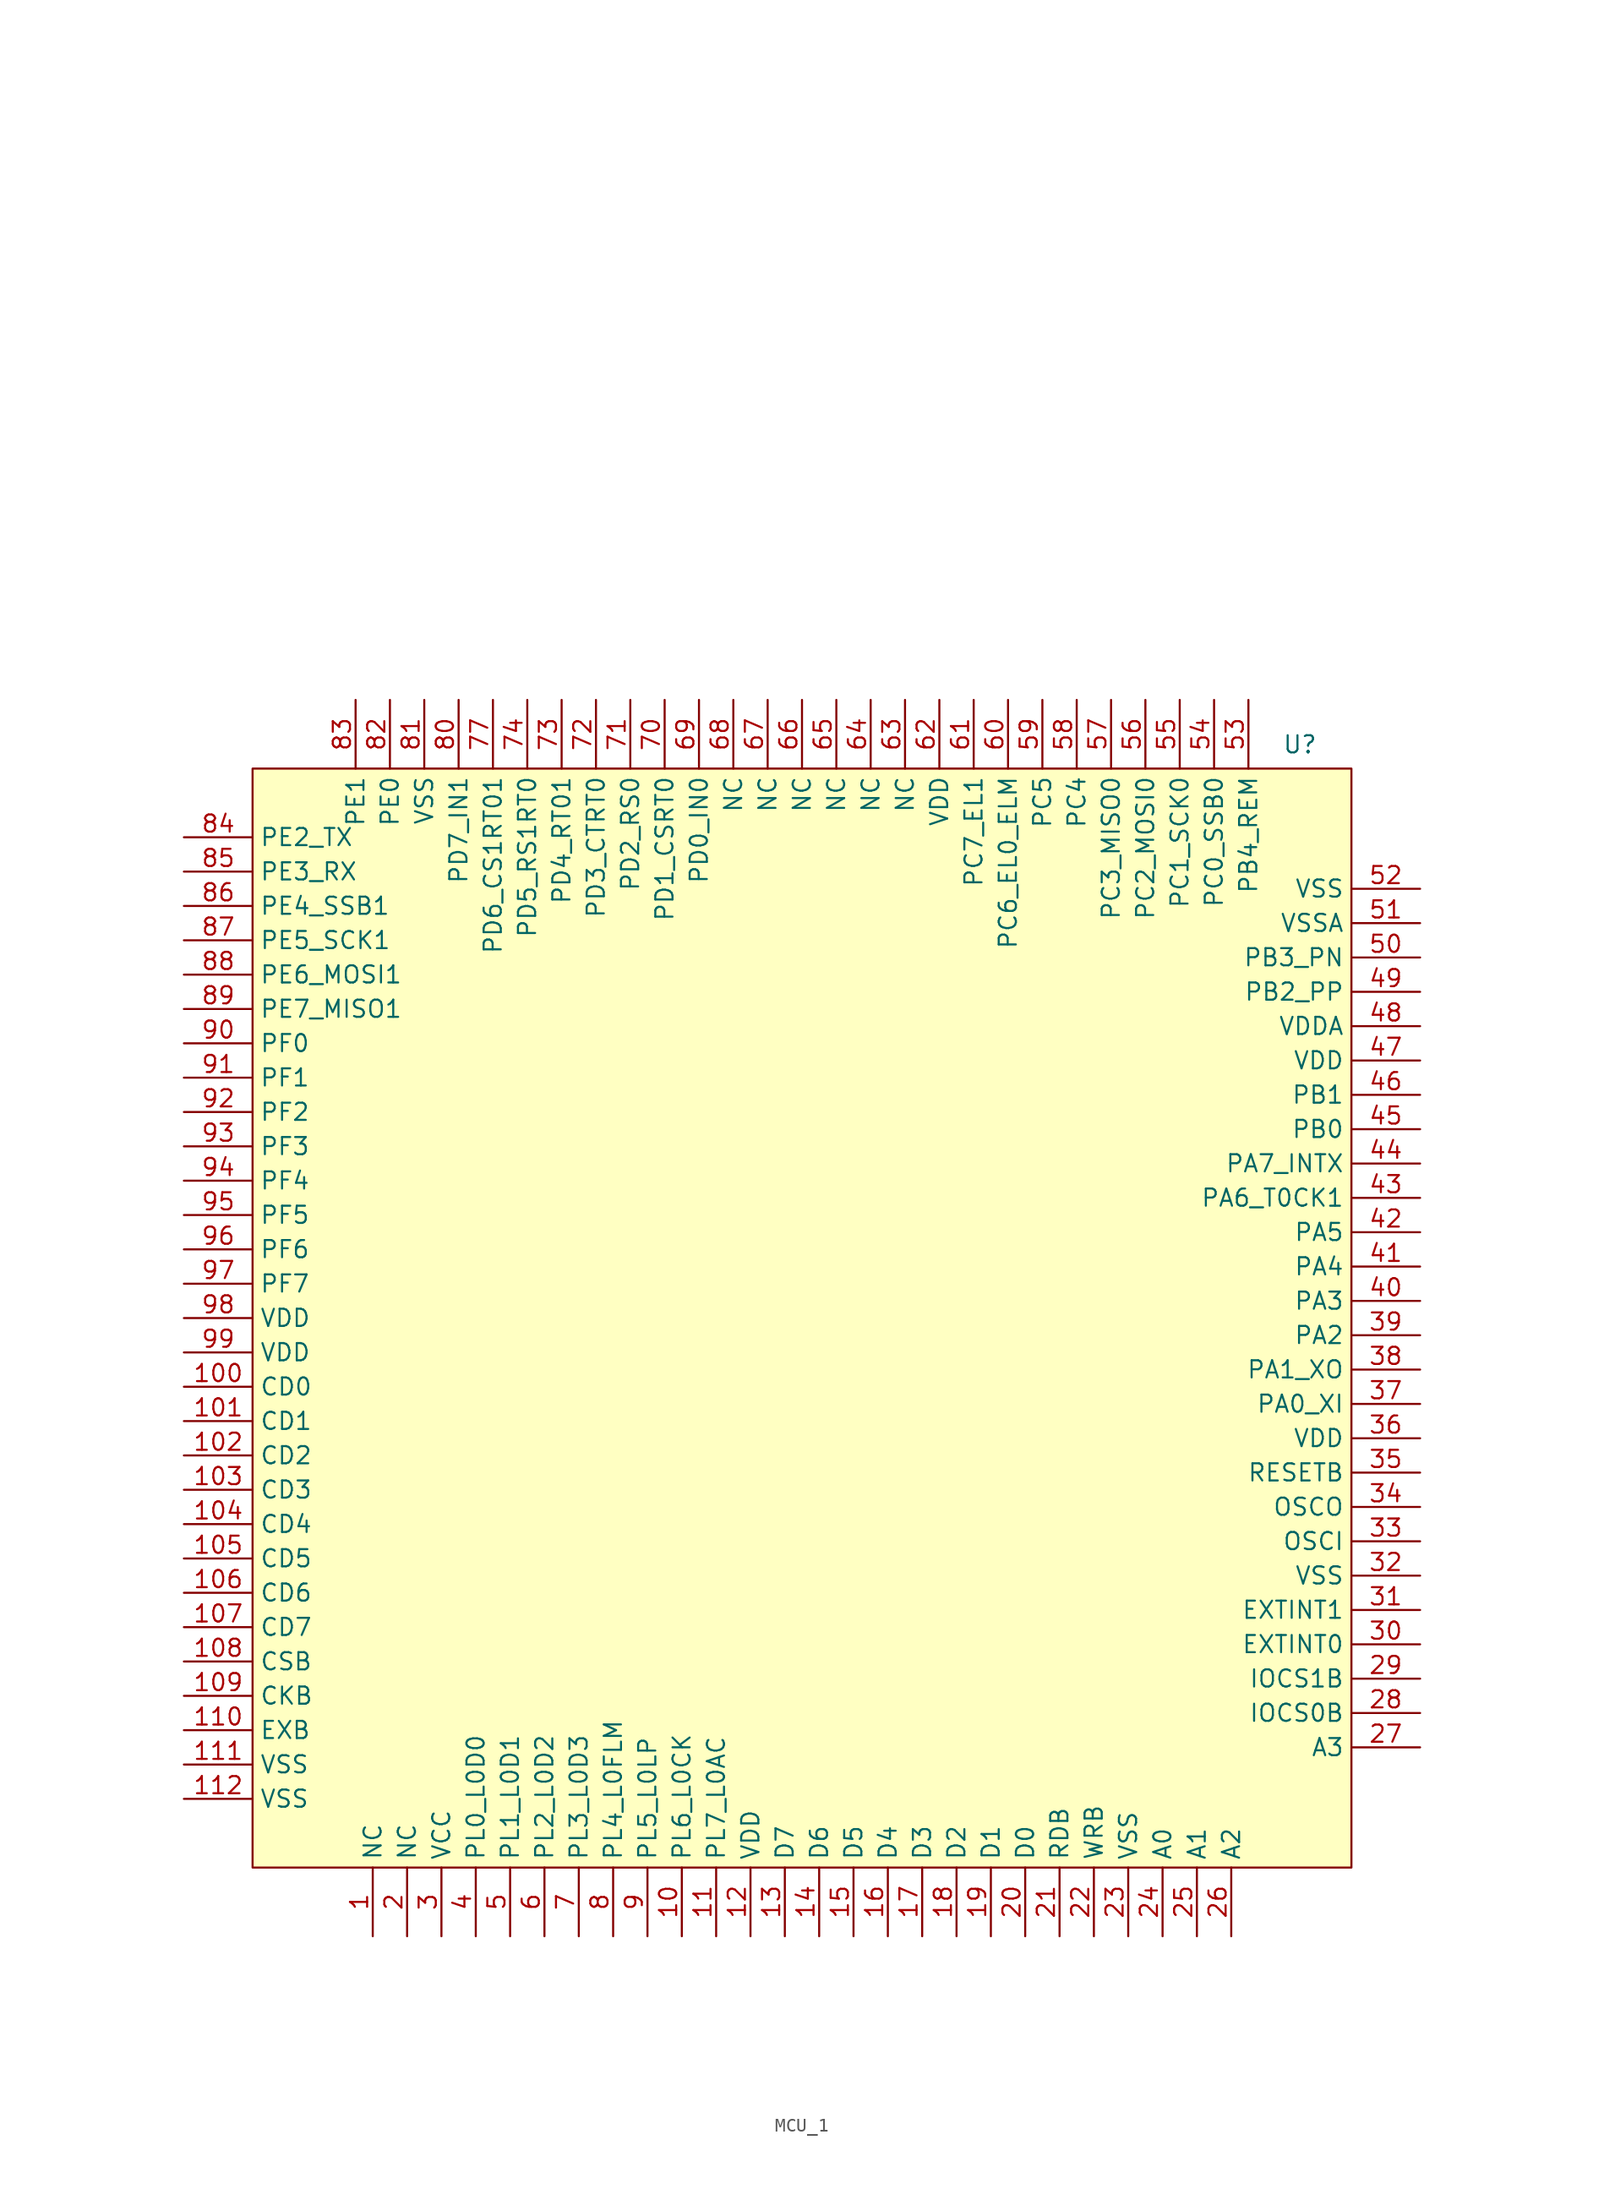
<source format=kicad_sym>
(kicad_symbol_lib
  (version 20231120)
  (generator "kicad_symbol_editor")
  (generator_version "8.0")
  (symbol "MCU_1"
    (property "Reference" "U"
      (at 36.83 42.418 0)
      (effects (font (size 1.27 1.27))))
    (property "Value" ""
      (at 37.592 80.518 0)
      (effects (font (size 1.27 1.27))))
    (symbol "MCU_1_1_1"
      (rectangle (start -40.64 40.64) (end 40.64 -40.64) (stroke (width 0) (type default)) (fill (type background)))
      (pin passive line (at -31.75 -45.72 90) (length 5.08) (name "NC" (effects (font (size 1.27 1.27)))) (number "1" (effects (font (size 1.27 1.27)))))
      (pin passive line (at -8.89 -45.72 90) (length 5.08) (name "PL6_L0CK" (effects (font (size 1.27 1.27)))) (number "10" (effects (font (size 1.27 1.27)))))
      (pin passive line (at -45.72 -5.08 0) (length 5.08) (name "CD0" (effects (font (size 1.27 1.27)))) (number "100" (effects (font (size 1.27 1.27)))))
      (pin passive line (at -45.72 -7.62 0) (length 5.08) (name "CD1" (effects (font (size 1.27 1.27)))) (number "101" (effects (font (size 1.27 1.27)))))
      (pin passive line (at -45.72 -10.16 0) (length 5.08) (name "CD2" (effects (font (size 1.27 1.27)))) (number "102" (effects (font (size 1.27 1.27)))))
      (pin passive line (at -45.72 -12.7 0) (length 5.08) (name "CD3" (effects (font (size 1.27 1.27)))) (number "103" (effects (font (size 1.27 1.27)))))
      (pin passive line (at -45.72 -15.24 0) (length 5.08) (name "CD4" (effects (font (size 1.27 1.27)))) (number "104" (effects (font (size 1.27 1.27)))))
      (pin passive line (at -45.72 -17.78 0) (length 5.08) (name "CD5" (effects (font (size 1.27 1.27)))) (number "105" (effects (font (size 1.27 1.27)))))
      (pin passive line (at -45.72 -20.32 0) (length 5.08) (name "CD6" (effects (font (size 1.27 1.27)))) (number "106" (effects (font (size 1.27 1.27)))))
      (pin passive line (at -45.72 -22.86 0) (length 5.08) (name "CD7" (effects (font (size 1.27 1.27)))) (number "107" (effects (font (size 1.27 1.27)))))
      (pin passive line (at -45.72 -25.4 0) (length 5.08) (name "CSB" (effects (font (size 1.27 1.27)))) (number "108" (effects (font (size 1.27 1.27)))))
      (pin passive line (at -45.72 -27.94 0) (length 5.08) (name "CKB" (effects (font (size 1.27 1.27)))) (number "109" (effects (font (size 1.27 1.27)))))
      (pin passive line (at -6.35 -45.72 90) (length 5.08) (name "PL7_L0AC" (effects (font (size 1.27 1.27)))) (number "11" (effects (font (size 1.27 1.27)))))
      (pin passive line (at -45.72 -30.48 0) (length 5.08) (name "EXB" (effects (font (size 1.27 1.27)))) (number "110" (effects (font (size 1.27 1.27)))))
      (pin passive line (at -45.72 -33.02 0) (length 5.08) (name "VSS" (effects (font (size 1.27 1.27)))) (number "111" (effects (font (size 1.27 1.27)))))
      (pin passive line (at -45.72 -35.56 0) (length 5.08) (name "VSS" (effects (font (size 1.27 1.27)))) (number "112" (effects (font (size 1.27 1.27)))))
      (pin passive line (at -3.81 -45.72 90) (length 5.08) (name "VDD" (effects (font (size 1.27 1.27)))) (number "12" (effects (font (size 1.27 1.27)))))
      (pin passive line (at -1.27 -45.72 90) (length 5.08) (name "D7" (effects (font (size 1.27 1.27)))) (number "13" (effects (font (size 1.27 1.27)))))
      (pin passive line (at 1.27 -45.72 90) (length 5.08) (name "D6" (effects (font (size 1.27 1.27)))) (number "14" (effects (font (size 1.27 1.27)))))
      (pin passive line (at 3.81 -45.72 90) (length 5.08) (name "D5" (effects (font (size 1.27 1.27)))) (number "15" (effects (font (size 1.27 1.27)))))
      (pin passive line (at 6.35 -45.72 90) (length 5.08) (name "D4" (effects (font (size 1.27 1.27)))) (number "16" (effects (font (size 1.27 1.27)))))
      (pin passive line (at 8.89 -45.72 90) (length 5.08) (name "D3" (effects (font (size 1.27 1.27)))) (number "17" (effects (font (size 1.27 1.27)))))
      (pin passive line (at 11.43 -45.72 90) (length 5.08) (name "D2" (effects (font (size 1.27 1.27)))) (number "18" (effects (font (size 1.27 1.27)))))
      (pin passive line (at 13.97 -45.72 90) (length 5.08) (name "D1" (effects (font (size 1.27 1.27)))) (number "19" (effects (font (size 1.27 1.27)))))
      (pin passive line (at -29.21 -45.72 90) (length 5.08) (name "NC" (effects (font (size 1.27 1.27)))) (number "2" (effects (font (size 1.27 1.27)))))
      (pin passive line (at 16.51 -45.72 90) (length 5.08) (name "D0" (effects (font (size 1.27 1.27)))) (number "20" (effects (font (size 1.27 1.27)))))
      (pin passive line (at 19.05 -45.72 90) (length 5.08) (name "RDB" (effects (font (size 1.27 1.27)))) (number "21" (effects (font (size 1.27 1.27)))))
      (pin passive line (at 21.59 -45.72 90) (length 5.08) (name "WRB" (effects (font (size 1.27 1.27)))) (number "22" (effects (font (size 1.27 1.27)))))
      (pin passive line (at 24.13 -45.72 90) (length 5.08) (name "VSS" (effects (font (size 1.27 1.27)))) (number "23" (effects (font (size 1.27 1.27)))))
      (pin passive line (at 26.67 -45.72 90) (length 5.08) (name "A0" (effects (font (size 1.27 1.27)))) (number "24" (effects (font (size 1.27 1.27)))))
      (pin passive line (at 29.21 -45.72 90) (length 5.08) (name "A1" (effects (font (size 1.27 1.27)))) (number "25" (effects (font (size 1.27 1.27)))))
      (pin passive line (at 31.75 -45.72 90) (length 5.08) (name "A2" (effects (font (size 1.27 1.27)))) (number "26" (effects (font (size 1.27 1.27)))))
      (pin passive line (at 45.72 -31.75 180) (length 5.08) (name "A3" (effects (font (size 1.27 1.27)))) (number "27" (effects (font (size 1.27 1.27)))))
      (pin passive line (at 45.72 -29.21 180) (length 5.08) (name "IOCS0B" (effects (font (size 1.27 1.27)))) (number "28" (effects (font (size 1.27 1.27)))))
      (pin passive line (at 45.72 -26.67 180) (length 5.08) (name "IOCS1B" (effects (font (size 1.27 1.27)))) (number "29" (effects (font (size 1.27 1.27)))))
      (pin passive line (at -26.67 -45.72 90) (length 5.08) (name "VCC" (effects (font (size 1.27 1.27)))) (number "3" (effects (font (size 1.27 1.27)))))
      (pin passive line (at 45.72 -24.13 180) (length 5.08) (name "EXTINT0" (effects (font (size 1.27 1.27)))) (number "30" (effects (font (size 1.27 1.27)))))
      (pin passive line (at 45.72 -21.59 180) (length 5.08) (name "EXTINT1" (effects (font (size 1.27 1.27)))) (number "31" (effects (font (size 1.27 1.27)))))
      (pin passive line (at 45.72 -19.05 180) (length 5.08) (name "VSS" (effects (font (size 1.27 1.27)))) (number "32" (effects (font (size 1.27 1.27)))))
      (pin passive line (at 45.72 -16.51 180) (length 5.08) (name "OSCI" (effects (font (size 1.27 1.27)))) (number "33" (effects (font (size 1.27 1.27)))))
      (pin passive line (at 45.72 -13.97 180) (length 5.08) (name "OSCO" (effects (font (size 1.27 1.27)))) (number "34" (effects (font (size 1.27 1.27)))))
      (pin passive line (at 45.72 -11.43 180) (length 5.08) (name "RESETB" (effects (font (size 1.27 1.27)))) (number "35" (effects (font (size 1.27 1.27)))))
      (pin passive line (at 45.72 -8.89 180) (length 5.08) (name "VDD" (effects (font (size 1.27 1.27)))) (number "36" (effects (font (size 1.27 1.27)))))
      (pin passive line (at 45.72 -6.35 180) (length 5.08) (name "PA0_XI" (effects (font (size 1.27 1.27)))) (number "37" (effects (font (size 1.27 1.27)))))
      (pin passive line (at 45.72 -3.81 180) (length 5.08) (name "PA1_XO" (effects (font (size 1.27 1.27)))) (number "38" (effects (font (size 1.27 1.27)))))
      (pin passive line (at 45.72 -1.27 180) (length 5.08) (name "PA2" (effects (font (size 1.27 1.27)))) (number "39" (effects (font (size 1.27 1.27)))))
      (pin passive line (at -24.13 -45.72 90) (length 5.08) (name "PL0_L0D0" (effects (font (size 1.27 1.27)))) (number "4" (effects (font (size 1.27 1.27)))))
      (pin passive line (at 45.72 1.27 180) (length 5.08) (name "PA3" (effects (font (size 1.27 1.27)))) (number "40" (effects (font (size 1.27 1.27)))))
      (pin passive line (at 45.72 3.81 180) (length 5.08) (name "PA4" (effects (font (size 1.27 1.27)))) (number "41" (effects (font (size 1.27 1.27)))))
      (pin passive line (at 45.72 6.35 180) (length 5.08) (name "PA5" (effects (font (size 1.27 1.27)))) (number "42" (effects (font (size 1.27 1.27)))))
      (pin passive line (at 45.72 8.89 180) (length 5.08) (name "PA6_T0CK1" (effects (font (size 1.27 1.27)))) (number "43" (effects (font (size 1.27 1.27)))))
      (pin passive line (at 45.72 11.43 180) (length 5.08) (name "PA7_INTX" (effects (font (size 1.27 1.27)))) (number "44" (effects (font (size 1.27 1.27)))))
      (pin passive line (at 45.72 13.97 180) (length 5.08) (name "PB0" (effects (font (size 1.27 1.27)))) (number "45" (effects (font (size 1.27 1.27)))))
      (pin passive line (at 45.72 16.51 180) (length 5.08) (name "PB1" (effects (font (size 1.27 1.27)))) (number "46" (effects (font (size 1.27 1.27)))))
      (pin passive line (at 45.72 19.05 180) (length 5.08) (name "VDD" (effects (font (size 1.27 1.27)))) (number "47" (effects (font (size 1.27 1.27)))))
      (pin passive line (at 45.72 21.59 180) (length 5.08) (name "VDDA" (effects (font (size 1.27 1.27)))) (number "48" (effects (font (size 1.27 1.27)))))
      (pin passive line (at 45.72 24.13 180) (length 5.08) (name "PB2_PP" (effects (font (size 1.27 1.27)))) (number "49" (effects (font (size 1.27 1.27)))))
      (pin passive line (at -21.59 -45.72 90) (length 5.08) (name "PL1_L0D1" (effects (font (size 1.27 1.27)))) (number "5" (effects (font (size 1.27 1.27)))))
      (pin passive line (at 45.72 26.67 180) (length 5.08) (name "PB3_PN" (effects (font (size 1.27 1.27)))) (number "50" (effects (font (size 1.27 1.27)))))
      (pin passive line (at 45.72 29.21 180) (length 5.08) (name "VSSA" (effects (font (size 1.27 1.27)))) (number "51" (effects (font (size 1.27 1.27)))))
      (pin passive line (at 45.72 31.75 180) (length 5.08) (name "VSS" (effects (font (size 1.27 1.27)))) (number "52" (effects (font (size 1.27 1.27)))))
      (pin passive line (at 33.02 45.72 270) (length 5.08) (name "PB4_REM" (effects (font (size 1.27 1.27)))) (number "53" (effects (font (size 1.27 1.27)))))
      (pin passive line (at 30.48 45.72 270) (length 5.08) (name "PC0_SSB0" (effects (font (size 1.27 1.27)))) (number "54" (effects (font (size 1.27 1.27)))))
      (pin passive line (at 27.94 45.72 270) (length 5.08) (name "PC1_SCK0" (effects (font (size 1.27 1.27)))) (number "55" (effects (font (size 1.27 1.27)))))
      (pin passive line (at 25.4 45.72 270) (length 5.08) (name "PC2_MOSI0" (effects (font (size 1.27 1.27)))) (number "56" (effects (font (size 1.27 1.27)))))
      (pin passive line (at 22.86 45.72 270) (length 5.08) (name "PC3_MISO0" (effects (font (size 1.27 1.27)))) (number "57" (effects (font (size 1.27 1.27)))))
      (pin passive line (at 20.32 45.72 270) (length 5.08) (name "PC4" (effects (font (size 1.27 1.27)))) (number "58" (effects (font (size 1.27 1.27)))))
      (pin passive line (at 17.78 45.72 270) (length 5.08) (name "PC5" (effects (font (size 1.27 1.27)))) (number "59" (effects (font (size 1.27 1.27)))))
      (pin passive line (at -19.05 -45.72 90) (length 5.08) (name "PL2_L0D2" (effects (font (size 1.27 1.27)))) (number "6" (effects (font (size 1.27 1.27)))))
      (pin passive line (at 15.24 45.72 270) (length 5.08) (name "PC6_EL0_ELM" (effects (font (size 1.27 1.27)))) (number "60" (effects (font (size 1.27 1.27)))))
      (pin passive line (at 12.7 45.72 270) (length 5.08) (name "PC7_EL1" (effects (font (size 1.27 1.27)))) (number "61" (effects (font (size 1.27 1.27)))))
      (pin passive line (at 10.16 45.72 270) (length 5.08) (name "VDD" (effects (font (size 1.27 1.27)))) (number "62" (effects (font (size 1.27 1.27)))))
      (pin passive line (at 7.62 45.72 270) (length 5.08) (name "NC" (effects (font (size 1.27 1.27)))) (number "63" (effects (font (size 1.27 1.27)))))
      (pin passive line (at 5.08 45.72 270) (length 5.08) (name "NC" (effects (font (size 1.27 1.27)))) (number "64" (effects (font (size 1.27 1.27)))))
      (pin passive line (at 2.54 45.72 270) (length 5.08) (name "NC" (effects (font (size 1.27 1.27)))) (number "65" (effects (font (size 1.27 1.27)))))
      (pin passive line (at 0 45.72 270) (length 5.08) (name "NC" (effects (font (size 1.27 1.27)))) (number "66" (effects (font (size 1.27 1.27)))))
      (pin passive line (at -2.54 45.72 270) (length 5.08) (name "NC" (effects (font (size 1.27 1.27)))) (number "67" (effects (font (size 1.27 1.27)))))
      (pin passive line (at -5.08 45.72 270) (length 5.08) (name "NC" (effects (font (size 1.27 1.27)))) (number "68" (effects (font (size 1.27 1.27)))))
      (pin passive line (at -7.62 45.72 270) (length 5.08) (name "PD0_IN0" (effects (font (size 1.27 1.27)))) (number "69" (effects (font (size 1.27 1.27)))))
      (pin passive line (at -16.51 -45.72 90) (length 5.08) (name "PL3_L0D3" (effects (font (size 1.27 1.27)))) (number "7" (effects (font (size 1.27 1.27)))))
      (pin passive line (at -10.16 45.72 270) (length 5.08) (name "PD1_CSRT0" (effects (font (size 1.27 1.27)))) (number "70" (effects (font (size 1.27 1.27)))))
      (pin passive line (at -12.7 45.72 270) (length 5.08) (name "PD2_RS0" (effects (font (size 1.27 1.27)))) (number "71" (effects (font (size 1.27 1.27)))))
      (pin passive line (at -15.24 45.72 270) (length 5.08) (name "PD3_CTRT0" (effects (font (size 1.27 1.27)))) (number "72" (effects (font (size 1.27 1.27)))))
      (pin passive line (at -17.78 45.72 270) (length 5.08) (name "PD4_RT01" (effects (font (size 1.27 1.27)))) (number "73" (effects (font (size 1.27 1.27)))))
      (pin passive line (at -20.32 45.72 270) (length 5.08) (name "PD5_RS1RT0" (effects (font (size 1.27 1.27)))) (number "74" (effects (font (size 1.27 1.27)))))
      (pin passive line (at -22.86 45.72 270) (length 5.08) (name "PD6_CS1RT01" (effects (font (size 1.27 1.27)))) (number "77" (effects (font (size 1.27 1.27)))))
      (pin passive line (at -13.97 -45.72 90) (length 5.08) (name "PL4_L0FLM" (effects (font (size 1.27 1.27)))) (number "8" (effects (font (size 1.27 1.27)))))
      (pin passive line (at -25.4 45.72 270) (length 5.08) (name "PD7_IN1" (effects (font (size 1.27 1.27)))) (number "80" (effects (font (size 1.27 1.27)))))
      (pin passive line (at -27.94 45.72 270) (length 5.08) (name "VSS" (effects (font (size 1.27 1.27)))) (number "81" (effects (font (size 1.27 1.27)))))
      (pin passive line (at -30.48 45.72 270) (length 5.08) (name "PE0" (effects (font (size 1.27 1.27)))) (number "82" (effects (font (size 1.27 1.27)))))
      (pin passive line (at -33.02 45.72 270) (length 5.08) (name "PE1" (effects (font (size 1.27 1.27)))) (number "83" (effects (font (size 1.27 1.27)))))
      (pin passive line (at -45.72 35.56 0) (length 5.08) (name "PE2_TX" (effects (font (size 1.27 1.27)))) (number "84" (effects (font (size 1.27 1.27)))))
      (pin passive line (at -45.72 33.02 0) (length 5.08) (name "PE3_RX" (effects (font (size 1.27 1.27)))) (number "85" (effects (font (size 1.27 1.27)))))
      (pin passive line (at -45.72 30.48 0) (length 5.08) (name "PE4_SSB1" (effects (font (size 1.27 1.27)))) (number "86" (effects (font (size 1.27 1.27)))))
      (pin passive line (at -45.72 27.94 0) (length 5.08) (name "PE5_SCK1" (effects (font (size 1.27 1.27)))) (number "87" (effects (font (size 1.27 1.27)))))
      (pin passive line (at -45.72 25.4 0) (length 5.08) (name "PE6_MOSI1" (effects (font (size 1.27 1.27)))) (number "88" (effects (font (size 1.27 1.27)))))
      (pin passive line (at -45.72 22.86 0) (length 5.08) (name "PE7_MISO1" (effects (font (size 1.27 1.27)))) (number "89" (effects (font (size 1.27 1.27)))))
      (pin passive line (at -11.43 -45.72 90) (length 5.08) (name "PL5_L0LP" (effects (font (size 1.27 1.27)))) (number "9" (effects (font (size 1.27 1.27)))))
      (pin passive line (at -45.72 20.32 0) (length 5.08) (name "PF0" (effects (font (size 1.27 1.27)))) (number "90" (effects (font (size 1.27 1.27)))))
      (pin passive line (at -45.72 17.78 0) (length 5.08) (name "PF1" (effects (font (size 1.27 1.27)))) (number "91" (effects (font (size 1.27 1.27)))))
      (pin passive line (at -45.72 15.24 0) (length 5.08) (name "PF2" (effects (font (size 1.27 1.27)))) (number "92" (effects (font (size 1.27 1.27)))))
      (pin passive line (at -45.72 12.7 0) (length 5.08) (name "PF3" (effects (font (size 1.27 1.27)))) (number "93" (effects (font (size 1.27 1.27)))))
      (pin passive line (at -45.72 10.16 0) (length 5.08) (name "PF4" (effects (font (size 1.27 1.27)))) (number "94" (effects (font (size 1.27 1.27)))))
      (pin passive line (at -45.72 7.62 0) (length 5.08) (name "PF5" (effects (font (size 1.27 1.27)))) (number "95" (effects (font (size 1.27 1.27)))))
      (pin passive line (at -45.72 5.08 0) (length 5.08) (name "PF6" (effects (font (size 1.27 1.27)))) (number "96" (effects (font (size 1.27 1.27)))))
      (pin passive line (at -45.72 2.54 0) (length 5.08) (name "PF7" (effects (font (size 1.27 1.27)))) (number "97" (effects (font (size 1.27 1.27)))))
      (pin passive line (at -45.72 0 0) (length 5.08) (name "VDD" (effects (font (size 1.27 1.27)))) (number "98" (effects (font (size 1.27 1.27)))))
      (pin passive line (at -45.72 -2.54 0) (length 5.08) (name "VDD" (effects (font (size 1.27 1.27)))) (number "99" (effects (font (size 1.27 1.27))))))))
</source>
